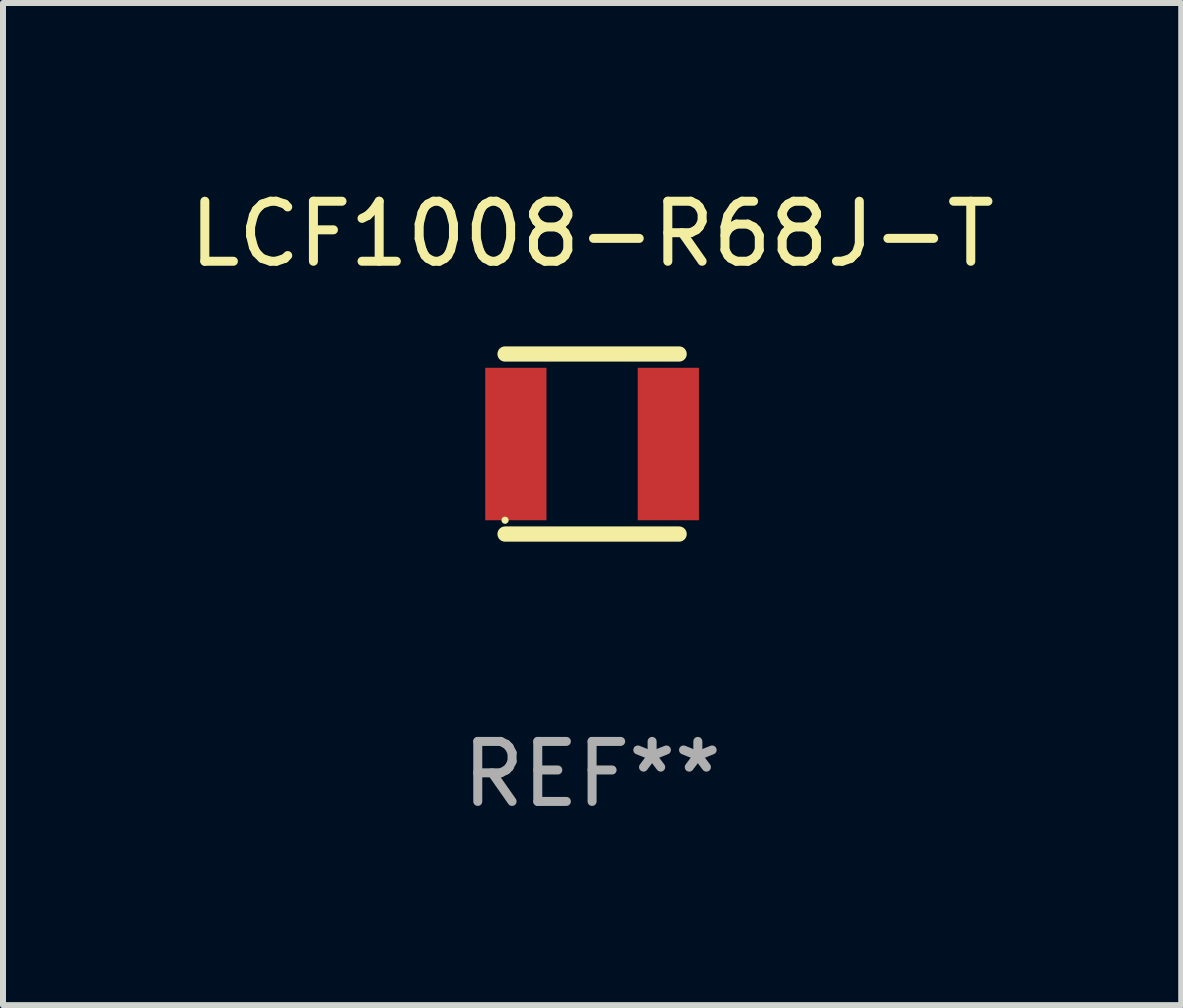
<source format=kicad_pcb>
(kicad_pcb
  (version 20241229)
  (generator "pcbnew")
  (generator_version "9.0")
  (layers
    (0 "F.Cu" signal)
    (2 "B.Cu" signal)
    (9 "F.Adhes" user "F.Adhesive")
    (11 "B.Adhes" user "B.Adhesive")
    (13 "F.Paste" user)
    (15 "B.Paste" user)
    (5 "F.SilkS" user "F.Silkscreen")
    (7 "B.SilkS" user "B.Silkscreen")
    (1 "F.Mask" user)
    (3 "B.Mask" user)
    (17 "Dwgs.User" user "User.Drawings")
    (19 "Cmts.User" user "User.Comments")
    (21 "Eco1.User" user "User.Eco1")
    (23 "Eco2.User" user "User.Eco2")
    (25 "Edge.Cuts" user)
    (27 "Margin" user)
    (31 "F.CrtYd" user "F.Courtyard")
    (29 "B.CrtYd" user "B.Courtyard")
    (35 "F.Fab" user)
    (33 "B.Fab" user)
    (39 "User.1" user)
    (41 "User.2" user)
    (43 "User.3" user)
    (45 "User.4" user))
  (footprint "LCF1008-R68J-T"
    (layer "F.Cu")
    (at 6.815 4.348)
    (property "Reference" "LCF1008-R68J-T" (at 0 -3.5 0) (layer "F.SilkS") (effects (font (size 1 1) (thickness 0.15))))
    (attr through_hole)
    (fp_line (start -1.45 -1.5) (end 1.45 -1.5) (stroke (width 0.254) (type solid)) (layer "F.SilkS"))
    (fp_line (start -1.45 1.5) (end 1.45 1.5) (stroke (width 0.254) (type solid)) (layer "F.SilkS"))
    (fp_circle (center -1.45 1.27) (end -1.42 1.27) (stroke (width 0.06) (type solid)) (fill no) (layer "F.SilkS"))
    (fp_text user "REF**" (at 0 5.5 0) (layer "F.Fab") (effects (font (size 1 1) (thickness 0.15))))
    (pad "1" smd rect (at -1.27 0 90) (size 2.54 1.02) (layers "F.Cu" "F.Mask" "F.Paste"))
    (pad "2" smd rect (at 1.27 0 90) (size 2.54 1.02) (layers "F.Cu" "F.Mask" "F.Paste")))
  (gr_rect
    (start -3 -3)
    (end 16.631 13.697)
    (stroke (width 0.1) (type default))
    (fill no)
    (layer "Edge.Cuts")))
</source>
